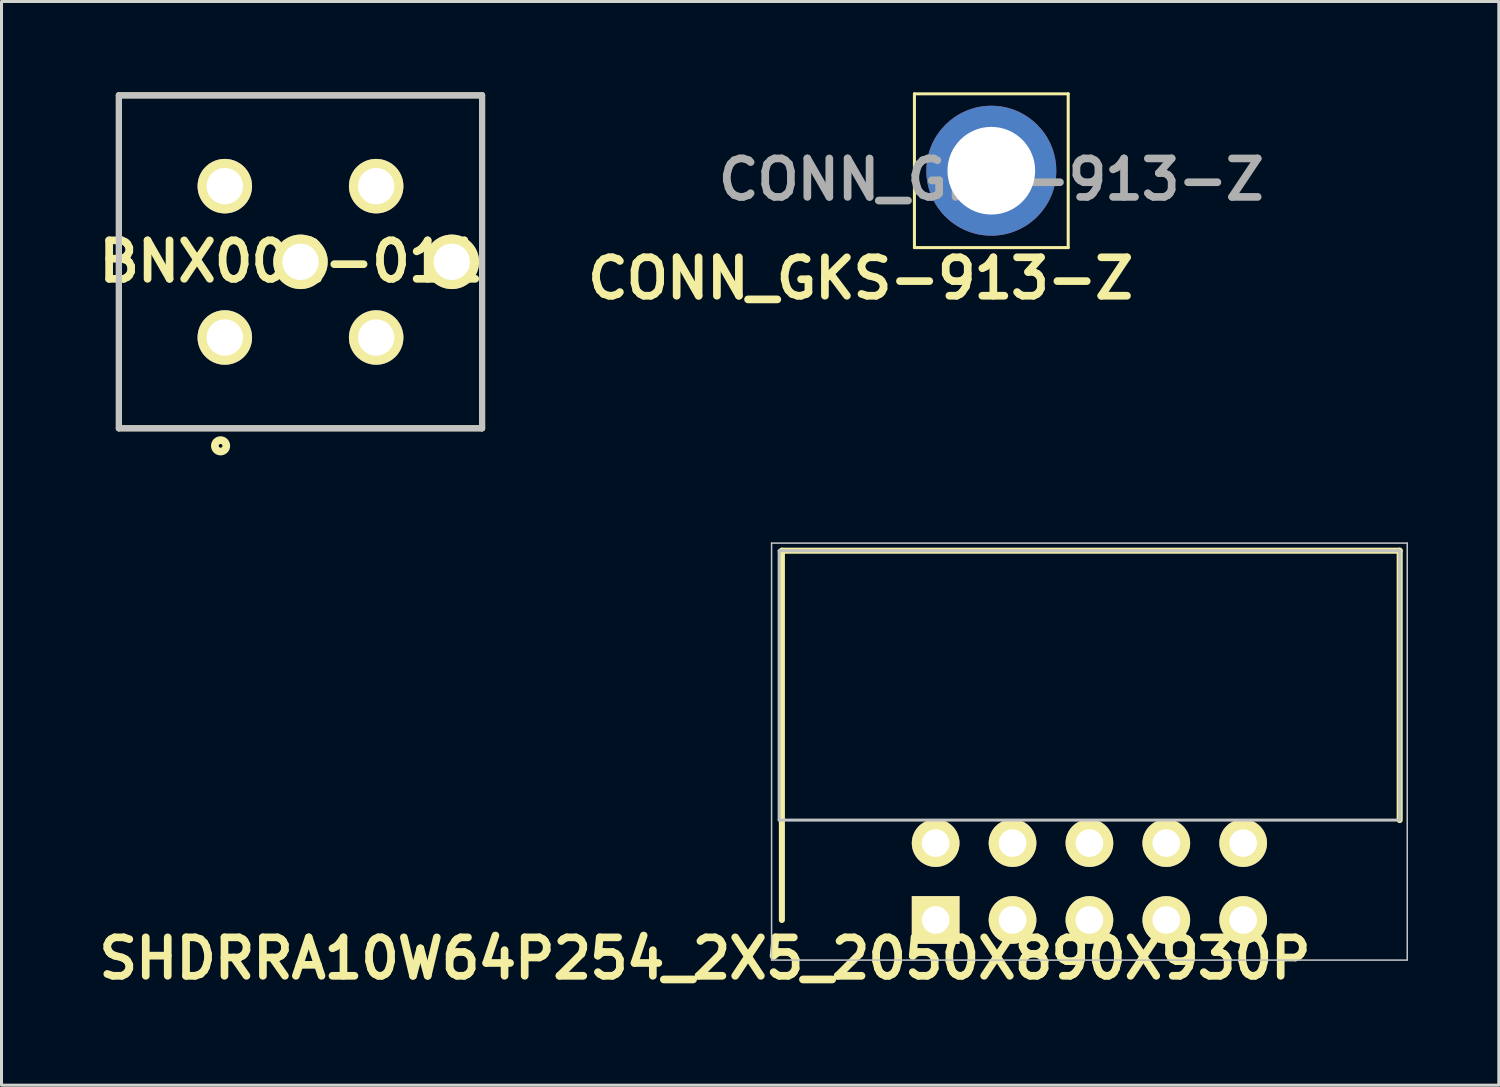
<source format=kicad_pcb>
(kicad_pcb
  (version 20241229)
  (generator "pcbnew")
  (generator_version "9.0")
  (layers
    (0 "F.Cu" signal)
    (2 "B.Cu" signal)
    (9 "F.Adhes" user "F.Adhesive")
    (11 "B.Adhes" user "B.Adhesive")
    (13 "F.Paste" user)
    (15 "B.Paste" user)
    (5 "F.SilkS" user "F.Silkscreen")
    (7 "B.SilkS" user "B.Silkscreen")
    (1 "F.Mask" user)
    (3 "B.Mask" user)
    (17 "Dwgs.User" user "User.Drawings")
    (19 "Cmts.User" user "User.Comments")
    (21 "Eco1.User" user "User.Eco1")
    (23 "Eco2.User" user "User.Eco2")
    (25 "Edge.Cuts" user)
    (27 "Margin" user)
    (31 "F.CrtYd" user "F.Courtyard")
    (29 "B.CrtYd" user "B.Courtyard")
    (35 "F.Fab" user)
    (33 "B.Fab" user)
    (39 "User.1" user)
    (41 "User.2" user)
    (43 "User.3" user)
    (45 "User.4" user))
  (footprint "SHDRRA10W64P254_2X5_2050X890X930P"
    (layer "F.Cu")
    (at 27.861 27.343)
    (property "Reference" "SHDRRA10W64P254_2X5_2050X890X930P" (at -7.62 1.27 0) (layer "F.SilkS") (effects (font (size 1.27 1.27) (thickness 0.254))))
    (attr through_hole)
    (fp_line (start -5.08 -12.2) (end 15.33 -12.2) (stroke (width 0.2) (type solid)) (layer "F.SilkS"))
    (fp_line (start -5.08 0) (end -5.08 -12.2) (stroke (width 0.2) (type solid)) (layer "F.SilkS"))
    (fp_line (start 15.33 -12.2) (end 15.33 -3.3) (stroke (width 0.2) (type solid)) (layer "F.SilkS"))
    (fp_line (start -5.42 -12.45) (end -5.42 1.325) (stroke (width 0.05) (type solid)) (layer "Dwgs.User"))
    (fp_line (start -5.42 1.325) (end 15.58 1.325) (stroke (width 0.05) (type solid)) (layer "Dwgs.User"))
    (fp_line (start -5.17 -12.2) (end 15.33 -12.2) (stroke (width 0.1) (type solid)) (layer "Dwgs.User"))
    (fp_line (start -5.17 -3.3) (end -5.17 -12.2) (stroke (width 0.1) (type solid)) (layer "Dwgs.User"))
    (fp_line (start 15.33 -12.2) (end 15.33 -3.3) (stroke (width 0.1) (type solid)) (layer "Dwgs.User"))
    (fp_line (start 15.33 -3.3) (end -5.17 -3.3) (stroke (width 0.1) (type solid)) (layer "Dwgs.User"))
    (fp_line (start 15.58 -12.45) (end -5.42 -12.45) (stroke (width 0.05) (type solid)) (layer "Dwgs.User"))
    (fp_line (start 15.58 1.325) (end 15.58 -12.45) (stroke (width 0.05) (type solid)) (layer "Dwgs.User"))
    (pad "1" thru_hole rect (at 0 0 90) (size 1.575 1.575) (drill 0.914) (layers "*.Cu" "*.Mask" "F.SilkS"))
    (pad "2" thru_hole circle (at 0 -2.54 90) (size 1.575 1.575) (drill 0.914) (layers "*.Cu" "*.Mask" "F.SilkS"))
    (pad "3" thru_hole circle (at 2.54 0 90) (size 1.575 1.575) (drill 0.914) (layers "*.Cu" "*.Mask" "F.SilkS"))
    (pad "4" thru_hole circle (at 2.54 -2.54 90) (size 1.575 1.575) (drill 0.914) (layers "*.Cu" "*.Mask" "F.SilkS"))
    (pad "5" thru_hole circle (at 5.08 0 90) (size 1.575 1.575) (drill 0.914) (layers "*.Cu" "*.Mask" "F.SilkS"))
    (pad "6" thru_hole circle (at 5.08 -2.54 90) (size 1.575 1.575) (drill 0.914) (layers "*.Cu" "*.Mask" "F.SilkS"))
    (pad "7" thru_hole circle (at 7.62 0 90) (size 1.575 1.575) (drill 0.914) (layers "*.Cu" "*.Mask" "F.SilkS"))
    (pad "8" thru_hole circle (at 7.62 -2.54 90) (size 1.575 1.575) (drill 0.914) (layers "*.Cu" "*.Mask" "F.SilkS"))
    (pad "9" thru_hole circle (at 10.16 0 90) (size 1.575 1.575) (drill 0.914) (layers "*.Cu" "*.Mask" "F.SilkS"))
    (pad "10" thru_hole circle (at 10.16 -2.54 90) (size 1.575 1.575) (drill 0.914) (layers "*.Cu" "*.Mask" "F.SilkS")))
  (footprint "CONN_GKS-913-Z"
    (layer "F.Cu")
    (at 29.7 2.59)
    (property "Reference" "CONN_GKS-913-Z" (at -4.318 3.556 0) (layer "F.SilkS") (effects (font (size 1.27 1.27) (thickness 0.254))))
    (attr smd)
    (fp_line (start -2.54 -2.54) (end 2.54 -2.54) (stroke (width 0.1) (type solid)) (layer "F.SilkS"))
    (fp_line (start -2.54 2.54) (end -2.54 -2.54) (stroke (width 0.1) (type solid)) (layer "F.SilkS"))
    (fp_line (start 2.54 -2.54) (end 2.54 2.54) (stroke (width 0.1) (type solid)) (layer "F.SilkS"))
    (fp_line (start 2.54 2.54) (end -2.54 2.54) (stroke (width 0.1) (type solid)) (layer "F.SilkS"))
    (fp_line (start 0 1.27) (end 0 -1.27) (stroke (width 0.2) (type solid)) (layer "F.Fab"))
    (fp_text user "${REFERENCE}" (at 0 0.29 0) (layer "F.Fab") (effects (font (size 1.27 1.27) (thickness 0.254))))
    (pad "1" thru_hole circle (at 0 0) (size 4.293 4.293) (drill 2.896) (layers "*.Cu" "*.Mask")))
  (footprint "BNX002-011"
    (layer "F.Cu")
    (at 6.877 5.6)
    (property "Reference" "BNX002-011" (at -0.304 -0.013 0) (layer "F.SilkS") (effects (font (size 1.27 1.27) (thickness 0.254))))
    (attr through_hole)
    (fp_line (start -6 -5.5) (end 6 -5.5) (stroke (width 0.2) (type solid)) (layer "F.SilkS"))
    (fp_line (start -6 5.5) (end -6 -5.5) (stroke (width 0.2) (type solid)) (layer "F.SilkS"))
    (fp_line (start 6 -5.5) (end 6 5.5) (stroke (width 0.2) (type solid)) (layer "F.SilkS"))
    (fp_line (start 6 5.5) (end -6 5.5) (stroke (width 0.2) (type solid)) (layer "F.SilkS"))
    (fp_circle (center -2.64 6.079) (end -2.702 6.079) (stroke (width 0.254) (type solid)) (fill no) (layer "F.SilkS"))
    (fp_line (start -6 -5.5) (end 6 -5.5) (stroke (width 0.2) (type solid)) (layer "Dwgs.User"))
    (fp_line (start -6 5.5) (end -6 -5.5) (stroke (width 0.2) (type solid)) (layer "Dwgs.User"))
    (fp_line (start 6 -5.5) (end 6 5.5) (stroke (width 0.2) (type solid)) (layer "Dwgs.User"))
    (fp_line (start 6 5.5) (end -6 5.5) (stroke (width 0.2) (type solid)) (layer "Dwgs.User"))
    (pad "1" thru_hole circle (at -2.5 2.5 90) (size 1.8 1.8) (drill 1.2) (layers "*.Cu" "*.Mask" "F.SilkS"))
    (pad "2" thru_hole circle (at -2.5 -2.5 90) (size 1.8 1.8) (drill 1.2) (layers "*.Cu" "*.Mask" "F.SilkS"))
    (pad "3" thru_hole circle (at 0 0 90) (size 1.8 1.8) (drill 1.2) (layers "*.Cu" "*.Mask" "F.SilkS"))
    (pad "4" thru_hole circle (at 2.5 2.5 90) (size 1.8 1.8) (drill 1.2) (layers "*.Cu" "*.Mask" "F.SilkS"))
    (pad "5" thru_hole circle (at 2.5 -2.5 90) (size 1.8 1.8) (drill 1.2) (layers "*.Cu" "*.Mask" "F.SilkS"))
    (pad "6" thru_hole circle (at 5 0 90) (size 1.8 1.8) (drill 1.2) (layers "*.Cu" "*.Mask" "F.SilkS")))
  (gr_rect
    (start -3 -3)
    (end 46.466 32.802)
    (stroke (width 0.1) (type default))
    (fill no)
    (layer "Edge.Cuts")))
</source>
